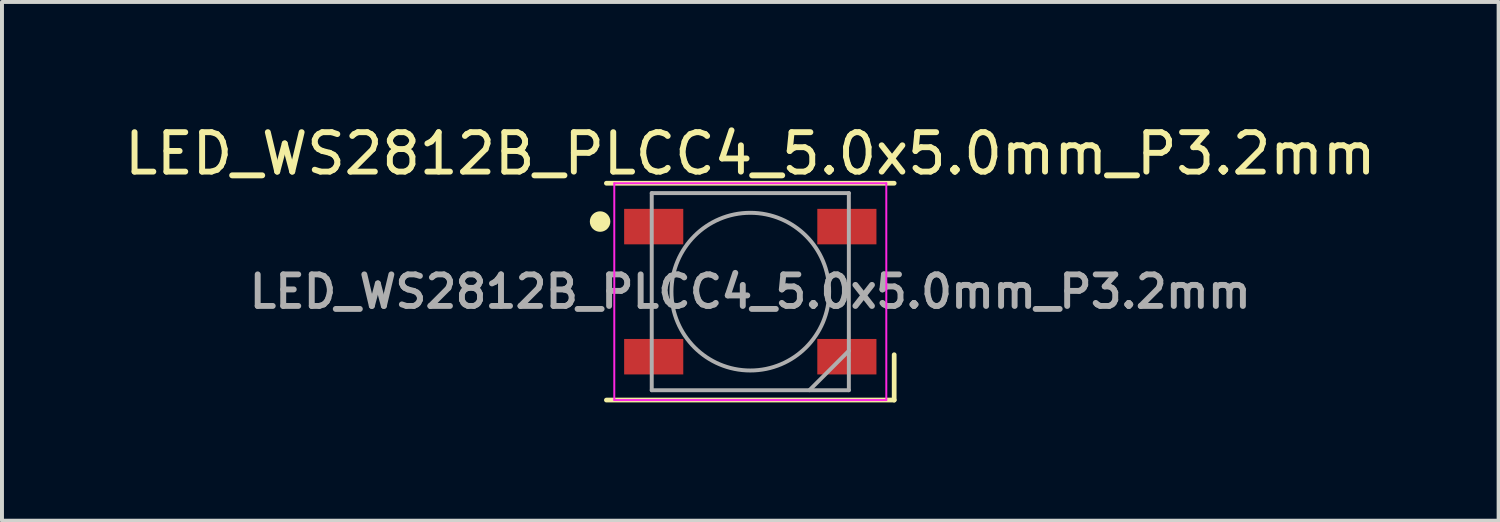
<source format=kicad_pcb>
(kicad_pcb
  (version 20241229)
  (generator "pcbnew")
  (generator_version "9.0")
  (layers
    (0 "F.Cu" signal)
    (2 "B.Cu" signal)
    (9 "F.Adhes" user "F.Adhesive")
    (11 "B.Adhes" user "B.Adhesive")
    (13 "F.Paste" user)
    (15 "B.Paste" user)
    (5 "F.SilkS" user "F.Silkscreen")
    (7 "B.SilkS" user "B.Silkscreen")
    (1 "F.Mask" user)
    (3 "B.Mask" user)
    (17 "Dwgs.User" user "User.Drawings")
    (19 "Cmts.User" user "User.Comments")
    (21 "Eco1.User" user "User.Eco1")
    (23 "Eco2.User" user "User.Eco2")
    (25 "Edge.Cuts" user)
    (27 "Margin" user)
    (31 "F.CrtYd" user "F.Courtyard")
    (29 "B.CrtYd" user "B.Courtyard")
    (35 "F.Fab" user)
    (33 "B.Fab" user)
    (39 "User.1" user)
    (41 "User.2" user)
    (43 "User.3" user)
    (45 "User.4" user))
  (footprint "LED_WS2812B_PLCC4_5.0x5.0mm_P3.2mm"
    (layer "F.Cu")
    (at 15.982 4.348)
    (property "Reference" "LED_WS2812B_PLCC4_5.0x5.0mm_P3.2mm" (at 0 -3.5 0) (layer "F.SilkS") (effects (font (size 1 1) (thickness 0.15))))
    (attr smd)
    (fp_line (start -3.65 -2.75) (end 3.65 -2.75) (stroke (width 0.12) (type solid)) (layer "F.SilkS"))
    (fp_line (start -3.65 2.75) (end 3.65 2.75) (stroke (width 0.12) (type solid)) (layer "F.SilkS"))
    (fp_line (start 3.65 2.75) (end 3.65 1.6) (stroke (width 0.12) (type solid)) (layer "F.SilkS"))
    (fp_circle (center -3.81 -1.778) (end -3.61 -1.778) (stroke (width 0.12) (type solid)) (fill yes) (layer "F.SilkS"))
    (fp_line (start -3.45 -2.75) (end -3.45 2.75) (stroke (width 0.05) (type solid)) (layer "F.CrtYd"))
    (fp_line (start -3.45 2.75) (end 3.45 2.75) (stroke (width 0.05) (type solid)) (layer "F.CrtYd"))
    (fp_line (start 3.45 -2.75) (end -3.45 -2.75) (stroke (width 0.05) (type solid)) (layer "F.CrtYd"))
    (fp_line (start 3.45 2.75) (end 3.45 -2.75) (stroke (width 0.05) (type solid)) (layer "F.CrtYd"))
    (fp_line (start -2.5 -2.5) (end -2.5 2.5) (stroke (width 0.1) (type solid)) (layer "F.Fab"))
    (fp_line (start -2.5 2.5) (end 2.5 2.5) (stroke (width 0.1) (type solid)) (layer "F.Fab"))
    (fp_line (start 2.5 -2.5) (end -2.5 -2.5) (stroke (width 0.1) (type solid)) (layer "F.Fab"))
    (fp_line (start 2.5 1.5) (end 1.5 2.5) (stroke (width 0.1) (type solid)) (layer "F.Fab"))
    (fp_line (start 2.5 2.5) (end 2.5 -2.5) (stroke (width 0.1) (type solid)) (layer "F.Fab"))
    (fp_circle (center 0 0) (end 0 -2) (stroke (width 0.1) (type solid)) (fill no) (layer "F.Fab"))
    (fp_text user "${REFERENCE}" (at 0 0 0) (layer "F.Fab") (effects (font (size 0.8 0.8) (thickness 0.15))))
    (pad "1" smd rect (at -2.45 -1.65) (size 1.5 0.9) (layers "F.Cu" "F.Mask" "F.Paste"))
    (pad "2" smd rect (at -2.45 1.65) (size 1.5 0.9) (layers "F.Cu" "F.Mask" "F.Paste"))
    (pad "3" smd rect (at 2.45 1.65) (size 1.5 0.9) (layers "F.Cu" "F.Mask" "F.Paste"))
    (pad "4" smd rect (at 2.45 -1.65) (size 1.5 0.9) (layers "F.Cu" "F.Mask" "F.Paste")))
  (gr_rect
    (start -3 -3)
    (end 34.964 10.158)
    (stroke (width 0.1) (type default))
    (fill no)
    (layer "Edge.Cuts")))
</source>
